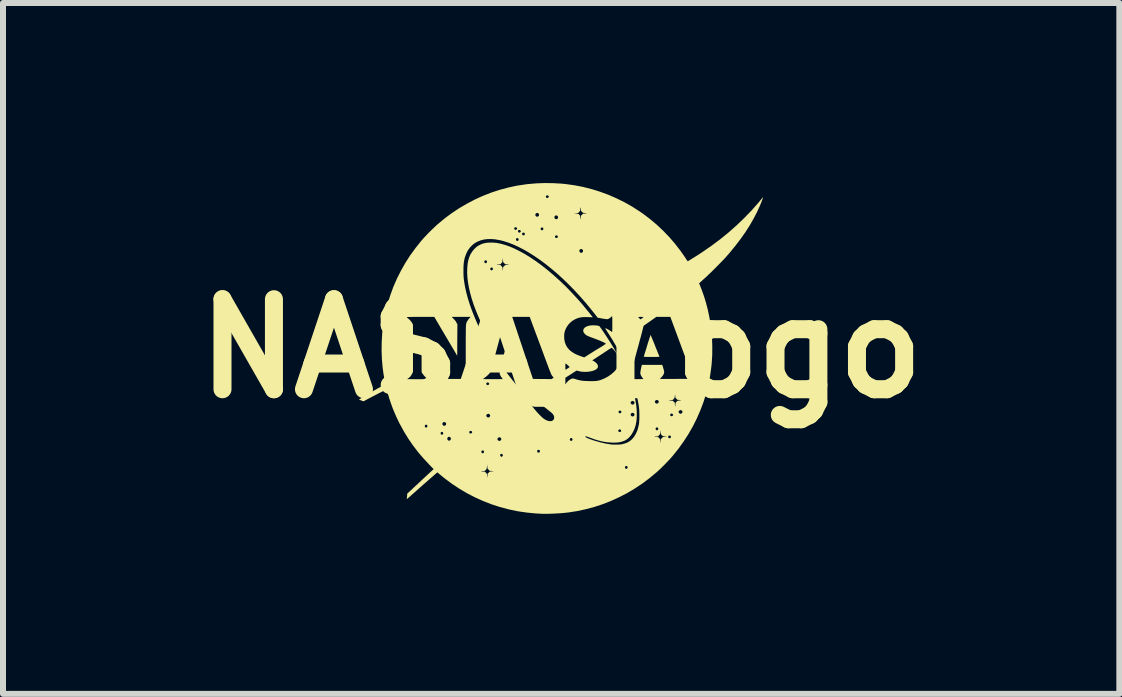
<source format=kicad_pcb>
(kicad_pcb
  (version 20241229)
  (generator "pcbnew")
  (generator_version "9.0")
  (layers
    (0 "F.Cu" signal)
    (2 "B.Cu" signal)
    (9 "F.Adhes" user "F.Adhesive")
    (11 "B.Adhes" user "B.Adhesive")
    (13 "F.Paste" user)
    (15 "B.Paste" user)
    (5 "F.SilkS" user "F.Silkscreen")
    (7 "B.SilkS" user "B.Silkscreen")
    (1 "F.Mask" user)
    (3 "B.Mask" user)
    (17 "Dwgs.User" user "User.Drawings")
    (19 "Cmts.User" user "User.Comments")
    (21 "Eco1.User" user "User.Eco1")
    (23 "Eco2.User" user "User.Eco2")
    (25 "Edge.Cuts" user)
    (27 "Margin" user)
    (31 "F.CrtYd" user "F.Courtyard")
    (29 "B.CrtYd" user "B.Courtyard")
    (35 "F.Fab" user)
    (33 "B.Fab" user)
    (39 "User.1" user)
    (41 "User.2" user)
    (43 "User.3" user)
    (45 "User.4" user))
  (footprint "NASA_Logo"
    (layer "F.Cu")
    (at 6.3 2.757)
    (property "Reference" "NASA_Logo" (at 0 0 0) (layer "F.SilkS") (effects (font (size 1.5 1.5) (thickness 0.3))))
    (attr board_only exclude_from_pos_files exclude_from_bom)
    (fp_poly (pts (xy -0.834 -0.18) (xy -0.827 -0.164) (xy -0.818 -0.141) (xy -0.807 -0.114) (xy -0.795 -0.083) (xy -0.781 -0.05) (xy -0.767 -0.016) (xy -0.761 0) (xy -0.748 0.031) (xy -0.736 0.059) (xy -0.726 0.085) (xy -0.717 0.106) (xy -0.711 0.122) (xy -0.707 0.132) (xy -0.705 0.135) (xy -0.706 0.136) (xy -0.711 0.138) (xy -0.721 0.138) (xy -0.735 0.139) (xy -0.756 0.14) (xy -0.783 0.14) (xy -0.817 0.14) (xy -0.836 0.14) (xy -0.872 0.14) (xy -0.901 0.14) (xy -0.924 0.14) (xy -0.941 0.139) (xy -0.952 0.139) (xy -0.96 0.138) (xy -0.964 0.137) (xy -0.966 0.135) (xy -0.966 0.133) (xy -0.966 0.133) (xy -0.964 0.127) (xy -0.96 0.115) (xy -0.955 0.096) (xy -0.948 0.074) (xy -0.94 0.048) (xy -0.933 0.027) (xy -0.923 -0.006) (xy -0.912 -0.043) (xy -0.9 -0.079) (xy -0.89 -0.114) (xy -0.88 -0.144) (xy -0.878 -0.151) (xy -0.854 -0.231)) (stroke (width 0) (type solid)) (fill yes) (layer "F.SilkS"))
    (fp_poly (pts (xy 1.493 -0.221) (xy 1.498 -0.209) (xy 1.505 -0.191) (xy 1.515 -0.168) (xy 1.526 -0.141) (xy 1.539 -0.11) (xy 1.553 -0.076) (xy 1.565 -0.045) (xy 1.579 -0.009) (xy 1.593 0.024) (xy 1.605 0.055) (xy 1.616 0.082) (xy 1.625 0.104) (xy 1.632 0.121) (xy 1.636 0.131) (xy 1.638 0.135) (xy 1.637 0.136) (xy 1.632 0.138) (xy 1.623 0.138) (xy 1.608 0.139) (xy 1.588 0.14) (xy 1.561 0.14) (xy 1.526 0.14) (xy 1.507 0.14) (xy 1.469 0.14) (xy 1.439 0.14) (xy 1.415 0.139) (xy 1.398 0.139) (xy 1.386 0.138) (xy 1.379 0.137) (xy 1.376 0.136) (xy 1.376 0.135) (xy 1.378 0.13) (xy 1.382 0.118) (xy 1.387 0.1) (xy 1.394 0.076) (xy 1.403 0.048) (xy 1.413 0.016) (xy 1.424 -0.019) (xy 1.433 -0.051) (xy 1.444 -0.087) (xy 1.455 -0.121) (xy 1.465 -0.152) (xy 1.473 -0.178) (xy 1.481 -0.199) (xy 1.486 -0.215) (xy 1.49 -0.224) (xy 1.491 -0.226)) (stroke (width 0) (type solid)) (fill yes) (layer "F.SilkS"))
    (fp_poly (pts (xy -0.129 -2.755) (xy 0.011 -2.747) (xy 0.078 -2.74) (xy 0.223 -2.72) (xy 0.367 -2.692) (xy 0.509 -2.656) (xy 0.649 -2.612) (xy 0.788 -2.561) (xy 0.923 -2.502) (xy 1.055 -2.437) (xy 1.184 -2.364) (xy 1.308 -2.284) (xy 1.365 -2.245) (xy 1.482 -2.156) (xy 1.595 -2.061) (xy 1.702 -1.96) (xy 1.804 -1.854) (xy 1.899 -1.743) (xy 1.988 -1.628) (xy 2.063 -1.521) (xy 2.076 -1.5) (xy 2.088 -1.482) (xy 2.098 -1.468) (xy 2.105 -1.458) (xy 2.109 -1.454) (xy 2.109 -1.454) (xy 2.113 -1.456) (xy 2.123 -1.462) (xy 2.138 -1.471) (xy 2.158 -1.483) (xy 2.18 -1.497) (xy 2.205 -1.512) (xy 2.231 -1.528) (xy 2.257 -1.545) (xy 2.283 -1.561) (xy 2.307 -1.577) (xy 2.328 -1.591) (xy 2.346 -1.603) (xy 2.351 -1.606) (xy 2.506 -1.713) (xy 2.653 -1.823) (xy 2.793 -1.937) (xy 2.925 -2.054) (xy 3.051 -2.175) (xy 3.171 -2.299) (xy 3.285 -2.428) (xy 3.323 -2.474) (xy 3.337 -2.491) (xy 3.349 -2.505) (xy 3.358 -2.515) (xy 3.363 -2.52) (xy 3.364 -2.521) (xy 3.363 -2.514) (xy 3.359 -2.501) (xy 3.352 -2.483) (xy 3.344 -2.461) (xy 3.335 -2.437) (xy 3.324 -2.411) (xy 3.314 -2.385) (xy 3.31 -2.376) (xy 3.261 -2.269) (xy 3.204 -2.16) (xy 3.14 -2.049) (xy 3.069 -1.938) (xy 2.99 -1.826) (xy 2.905 -1.715) (xy 2.814 -1.603) (xy 2.737 -1.515) (xy 2.713 -1.489) (xy 2.684 -1.459) (xy 2.651 -1.425) (xy 2.615 -1.388) (xy 2.577 -1.35) (xy 2.538 -1.311) (xy 2.5 -1.273) (xy 2.462 -1.237) (xy 2.427 -1.203) (xy 2.394 -1.173) (xy 2.379 -1.16) (xy 2.298 -1.086) (xy 2.305 -1.071) (xy 2.344 -0.972) (xy 2.381 -0.868) (xy 2.414 -0.759) (xy 2.443 -0.647) (xy 2.467 -0.535) (xy 2.487 -0.423) (xy 2.501 -0.317) (xy 2.513 -0.178) (xy 2.518 -0.037) (xy 2.517 0.105) (xy 2.508 0.246) (xy 2.501 0.313) (xy 2.481 0.459) (xy 2.453 0.604) (xy 2.417 0.746) (xy 2.373 0.887) (xy 2.321 1.025) (xy 2.262 1.161) (xy 2.196 1.293) (xy 2.122 1.423) (xy 2.041 1.548) (xy 1.954 1.67) (xy 1.859 1.788) (xy 1.831 1.82) (xy 1.81 1.844) (xy 1.784 1.871) (xy 1.755 1.901) (xy 1.724 1.933) (xy 1.691 1.966) (xy 1.66 1.997) (xy 1.63 2.025) (xy 1.603 2.05) (xy 1.585 2.066) (xy 1.469 2.162) (xy 1.349 2.252) (xy 1.225 2.334) (xy 1.097 2.41) (xy 0.965 2.478) (xy 0.831 2.539) (xy 0.694 2.593) (xy 0.554 2.639) (xy 0.412 2.677) (xy 0.269 2.708) (xy 0.124 2.731) (xy 0.076 2.736) (xy 0.029 2.741) (xy -0.023 2.745) (xy -0.077 2.748) (xy -0.133 2.751) (xy -0.187 2.753) (xy -0.239 2.754) (xy -0.288 2.754) (xy -0.33 2.753) (xy -0.342 2.752) (xy -0.357 2.752) (xy -0.379 2.75) (xy -0.403 2.749) (xy -0.428 2.747) (xy -0.434 2.747) (xy -0.584 2.732) (xy -0.732 2.71) (xy -0.877 2.679) (xy -1.021 2.641) (xy -1.162 2.595) (xy -1.3 2.541) (xy -1.435 2.48) (xy -1.567 2.412) (xy -1.696 2.336) (xy -1.821 2.253) (xy -1.942 2.163) (xy -2.013 2.105) (xy -2.063 2.063) (xy -2.142 2.132) (xy -2.178 2.163) (xy -2.218 2.198) (xy -2.262 2.237) (xy -2.308 2.277) (xy -2.355 2.319) (xy -2.403 2.361) (xy -2.449 2.402) (xy -2.492 2.44) (xy -2.496 2.443) (xy -2.516 2.462) (xy -2.535 2.478) (xy -2.55 2.491) (xy -2.562 2.501) (xy -2.569 2.507) (xy -2.571 2.508) (xy -2.573 2.505) (xy -2.572 2.501) (xy -2.571 2.493) (xy -2.57 2.48) (xy -2.568 2.464) (xy -2.567 2.456) (xy -2.565 2.418) (xy -2.513 2.37) (xy -2.499 2.358) (xy -2.481 2.34) (xy -2.458 2.319) (xy -2.432 2.294) (xy -2.402 2.267) (xy -2.371 2.238) (xy -2.338 2.207) (xy -2.305 2.176) (xy -2.293 2.165) (xy -2.168 2.049) (xy -1.33 2.049) (xy -1.323 2.05) (xy -1.308 2.051) (xy -1.3 2.051) (xy -1.282 2.051) (xy -1.27 2.052) (xy -1.265 2.054) (xy -1.264 2.056) (xy -1.261 2.062) (xy -1.254 2.07) (xy -1.25 2.074) (xy -1.241 2.084) (xy -1.236 2.093) (xy -1.235 2.105) (xy -1.235 2.121) (xy -1.233 2.137) (xy -1.232 2.139) (xy -1.231 2.146) (xy -1.23 2.146) (xy -1.229 2.14) (xy -1.228 2.126) (xy -1.228 2.118) (xy -1.227 2.1) (xy -1.226 2.089) (xy -1.224 2.082) (xy -1.221 2.079) (xy -1.217 2.076) (xy -1.207 2.069) (xy -1.202 2.062) (xy -1.197 2.056) (xy -1.187 2.051) (xy -1.171 2.048) (xy -1.148 2.047) (xy -1.139 2.046) (xy -1.122 2.046) (xy -1.139 2.042) (xy -1.153 2.04) (xy -1.17 2.039) (xy -1.176 2.039) (xy -1.189 2.038) (xy -1.196 2.036) (xy -1.199 2.031) (xy -1.2 2.03) (xy -1.204 2.023) (xy -1.213 2.015) (xy -1.214 2.015) (xy -1.22 2.011) (xy -1.224 2.006) (xy -1.226 1.999) (xy -1.228 1.987) (xy -1.229 1.979) (xy 1.062 1.979) (xy 1.064 1.991) (xy 1.072 1.999) (xy 1.08 2.004) (xy 1.085 2.005) (xy 1.091 2.003) (xy 1.099 1.999) (xy 1.106 1.99) (xy 1.108 1.978) (xy 1.104 1.967) (xy 1.096 1.959) (xy 1.085 1.956) (xy 1.073 1.959) (xy 1.066 1.968) (xy 1.062 1.979) (xy -1.229 1.979) (xy -1.23 1.971) (xy -1.234 1.933) (xy -1.237 1.971) (xy -1.239 1.989) (xy -1.241 2.001) (xy -1.244 2.008) (xy -1.248 2.014) (xy -1.252 2.018) (xy -1.26 2.025) (xy -1.264 2.031) (xy -1.264 2.032) (xy -1.268 2.037) (xy -1.279 2.04) (xy -1.295 2.042) (xy -1.307 2.043) (xy -1.319 2.044) (xy -1.329 2.046) (xy -1.33 2.047) (xy -1.33 2.049) (xy -2.168 2.049) (xy -2.125 2.009) (xy -2.194 1.938) (xy -2.293 1.832) (xy -2.34 1.778) (xy -1.017 1.778) (xy -1.015 1.789) (xy -1.008 1.797) (xy -1 1.802) (xy -0.995 1.804) (xy -0.988 1.802) (xy -0.981 1.797) (xy -0.973 1.788) (xy -0.972 1.776) (xy -0.976 1.765) (xy -0.984 1.757) (xy -0.995 1.754) (xy -1.006 1.758) (xy -1.014 1.766) (xy -1.017 1.778) (xy -2.34 1.778) (xy -2.386 1.724) (xy -2.388 1.72) (xy -1.33 1.72) (xy -1.328 1.731) (xy -1.321 1.74) (xy -1.313 1.744) (xy -1.307 1.746) (xy -1.301 1.744) (xy -1.294 1.74) (xy -1.286 1.73) (xy -1.285 1.719) (xy -1.287 1.711) (xy -0.399 1.711) (xy -0.398 1.722) (xy -0.395 1.729) (xy -0.387 1.732) (xy -0.377 1.734) (xy -0.366 1.732) (xy -0.359 1.729) (xy -0.356 1.721) (xy -0.354 1.711) (xy -0.356 1.7) (xy -0.359 1.693) (xy -0.367 1.69) (xy -0.377 1.688) (xy -0.387 1.69) (xy -0.395 1.693) (xy -0.398 1.701) (xy -0.399 1.711) (xy -1.287 1.711) (xy -1.289 1.708) (xy -1.297 1.699) (xy -1.307 1.697) (xy -1.319 1.7) (xy -1.327 1.709) (xy -1.33 1.72) (xy -2.388 1.72) (xy -2.471 1.612) (xy -2.546 1.503) (xy -1.898 1.503) (xy -1.895 1.516) (xy -1.886 1.528) (xy -1.874 1.535) (xy -1.868 1.536) (xy -1.857 1.533) (xy -1.847 1.526) (xy -1.847 1.526) (xy -1.838 1.513) (xy -1.838 1.509) (xy -1.062 1.509) (xy -1.059 1.522) (xy -1.049 1.532) (xy -1.037 1.539) (xy -1.03 1.54) (xy -1.015 1.536) (xy -1.007 1.53) (xy -1 1.52) (xy -0.998 1.514) (xy 0.144 1.514) (xy 0.146 1.525) (xy 0.153 1.534) (xy 0.162 1.539) (xy 0.167 1.54) (xy 0.173 1.538) (xy 0.18 1.534) (xy 0.188 1.524) (xy 0.189 1.513) (xy 0.186 1.502) (xy 0.177 1.493) (xy 0.167 1.491) (xy 0.155 1.494) (xy 0.147 1.503) (xy 0.144 1.514) (xy -0.998 1.514) (xy -0.997 1.51) (xy -0.997 1.509) (xy -1 1.497) (xy -1.01 1.486) (xy -1.022 1.479) (xy -1.03 1.478) (xy -1.043 1.482) (xy -1.054 1.491) (xy -1.061 1.502) (xy -1.062 1.509) (xy -1.838 1.509) (xy -1.837 1.503) (xy -1.84 1.49) (xy -1.849 1.478) (xy -1.861 1.471) (xy -1.868 1.47) (xy -1.88 1.474) (xy -1.891 1.483) (xy -1.897 1.496) (xy -1.898 1.503) (xy -2.546 1.503) (xy -2.549 1.498) (xy -2.602 1.412) (xy -2.009 1.412) (xy -2.007 1.424) (xy -2.003 1.43) (xy -1.992 1.436) (xy -1.98 1.435) (xy -1.972 1.43) (xy -1.966 1.42) (xy -1.965 1.408) (xy -1.97 1.397) (xy -1.973 1.394) (xy -1.532 1.394) (xy -1.529 1.406) (xy -1.52 1.414) (xy -1.509 1.417) (xy -1.498 1.414) (xy -1.488 1.406) (xy -1.488 1.406) (xy -1.483 1.397) (xy -1.484 1.39) (xy -1.487 1.384) (xy -1.496 1.375) (xy -1.507 1.372) (xy -1.518 1.374) (xy -1.527 1.38) (xy -1.532 1.391) (xy -1.532 1.394) (xy -1.973 1.394) (xy -1.978 1.39) (xy -1.986 1.388) (xy -1.998 1.391) (xy -2.006 1.4) (xy -2.009 1.412) (xy -2.602 1.412) (xy -2.622 1.379) (xy -2.627 1.369) (xy 0.951 1.369) (xy 0.955 1.381) (xy 0.963 1.389) (xy 0.974 1.392) (xy 0.986 1.39) (xy 0.995 1.381) (xy 0.995 1.381) (xy 1 1.373) (xy 0.999 1.366) (xy 0.996 1.36) (xy 0.987 1.35) (xy 0.976 1.347) (xy 0.965 1.349) (xy 0.956 1.356) (xy 0.951 1.367) (xy 0.951 1.369) (xy -2.627 1.369) (xy -2.669 1.292) (xy -2.273 1.292) (xy -2.27 1.304) (xy -2.266 1.31) (xy -2.256 1.317) (xy -2.243 1.316) (xy -2.235 1.311) (xy -2.229 1.301) (xy -2.229 1.289) (xy -2.233 1.278) (xy -2.242 1.27) (xy -2.25 1.268) (xy -2.262 1.272) (xy -2.27 1.281) (xy -2.273 1.292) (xy -2.669 1.292) (xy -2.69 1.255) (xy -2.692 1.251) (xy -1.979 1.251) (xy -1.978 1.265) (xy -1.977 1.268) (xy -1.968 1.281) (xy -1.955 1.287) (xy -1.939 1.286) (xy -1.934 1.284) (xy -1.923 1.275) (xy -1.917 1.263) (xy -1.917 1.249) (xy -1.923 1.237) (xy -1.934 1.228) (xy -1.936 1.227) (xy -1.951 1.225) (xy -1.964 1.229) (xy -1.974 1.238) (xy -1.979 1.251) (xy -2.692 1.251) (xy -2.702 1.231) (xy -2.74 1.152) (xy -2.755 1.118) (xy -1.248 1.118) (xy -1.244 1.131) (xy -1.235 1.141) (xy -1.222 1.148) (xy -1.215 1.149) (xy -1.2 1.145) (xy -1.192 1.139) (xy -1.185 1.129) (xy -1.182 1.118) (xy -1.182 1.118) (xy -1.186 1.106) (xy -1.195 1.095) (xy -1.208 1.088) (xy -1.215 1.087) (xy -1.228 1.091) (xy -1.24 1.099) (xy -1.247 1.111) (xy -1.248 1.118) (xy -2.755 1.118) (xy -2.774 1.075) (xy -2.806 0.998) (xy -2.835 0.918) (xy -2.843 0.895) (xy -0.531 0.895) (xy -0.515 0.918) (xy -0.481 0.964) (xy -0.446 1.009) (xy -0.411 1.05) (xy -0.377 1.088) (xy -0.344 1.121) (xy -0.314 1.15) (xy -0.286 1.172) (xy -0.274 1.18) (xy -0.246 1.195) (xy -0.218 1.205) (xy -0.191 1.21) (xy -0.168 1.21) (xy -0.148 1.204) (xy -0.144 1.201) (xy -0.127 1.186) (xy -0.118 1.167) (xy -0.116 1.145) (xy -0.122 1.121) (xy -0.125 1.114) (xy -0.129 1.105) (xy -0.132 1.102) (xy 1.157 1.102) (xy 1.161 1.114) (xy 1.17 1.125) (xy 1.183 1.131) (xy 1.19 1.132) (xy 1.205 1.129) (xy 1.213 1.122) (xy 1.22 1.112) (xy 1.223 1.102) (xy 1.223 1.102) (xy 1.219 1.089) (xy 1.21 1.078) (xy 1.197 1.072) (xy 1.19 1.071) (xy 1.177 1.074) (xy 1.165 1.083) (xy 1.158 1.095) (xy 1.157 1.102) (xy -0.132 1.102) (xy -0.135 1.097) (xy -0.142 1.089) (xy -0.151 1.079) (xy -0.164 1.068) (xy -0.177 1.056) (xy 0.955 1.056) (xy 0.959 1.068) (xy 0.967 1.076) (xy 0.978 1.079) (xy 0.99 1.077) (xy 0.999 1.068) (xy 0.999 1.068) (xy 1.004 1.06) (xy 1.003 1.053) (xy 1 1.047) (xy 0.992 1.037) (xy 0.98 1.034) (xy 0.969 1.036) (xy 0.96 1.043) (xy 0.956 1.054) (xy 0.955 1.056) (xy -0.177 1.056) (xy -0.18 1.054) (xy -0.202 1.037) (xy -0.228 1.016) (xy -0.244 1.003) (xy -0.29 0.968) (xy -0.329 0.936) (xy -0.363 0.909) (xy -0.368 0.904) (xy 1.157 0.904) (xy 1.161 0.916) (xy 1.17 0.927) (xy 1.183 0.934) (xy 1.19 0.935) (xy 1.205 0.931) (xy 1.213 0.925) (xy 1.22 0.915) (xy 1.223 0.904) (xy 1.223 0.904) (xy 1.219 0.891) (xy 1.21 0.881) (xy 1.197 0.874) (xy 1.19 0.873) (xy 1.177 0.876) (xy 1.165 0.885) (xy 1.158 0.897) (xy 1.157 0.904) (xy -0.368 0.904) (xy -0.392 0.884) (xy -0.416 0.863) (xy -0.419 0.86) (xy -0.445 0.836) (xy -0.488 0.865) (xy -0.531 0.895) (xy -2.843 0.895) (xy -2.863 0.835) (xy -2.89 0.746) (xy -2.901 0.707) (xy -2.905 0.695) (xy -2.909 0.686) (xy -2.911 0.684) (xy -2.916 0.685) (xy -2.927 0.691) (xy -2.944 0.699) (xy -2.965 0.709) (xy -2.99 0.722) (xy -3.017 0.735) (xy -3.047 0.75) (xy -3.077 0.766) (xy -3.108 0.782) (xy -3.138 0.797) (xy -3.166 0.812) (xy -3.191 0.825) (xy -3.213 0.836) (xy -3.23 0.846) (xy -3.233 0.847) (xy -3.292 0.88) (xy -3.317 0.871) (xy -3.333 0.865) (xy -3.347 0.859) (xy -3.355 0.856) (xy -3.369 0.85) (xy -3.296 0.805) (xy -3.222 0.76) (xy -3.143 0.714) (xy -3.061 0.668) (xy -3.002 0.636) (xy -2.98 0.624) (xy -2.96 0.613) (xy -2.944 0.605) (xy -2.933 0.599) (xy -2.928 0.596) (xy -2.928 0.596) (xy -2.929 0.591) (xy -2.93 0.587) (xy -1.248 0.587) (xy -1.244 0.599) (xy -1.236 0.607) (xy -1.225 0.61) (xy -1.213 0.607) (xy -1.204 0.599) (xy -1.204 0.599) (xy -1.199 0.59) (xy -1.2 0.583) (xy -1.203 0.577) (xy -1.212 0.568) (xy -1.223 0.565) (xy -1.234 0.567) (xy -1.243 0.573) (xy -1.248 0.584) (xy -1.248 0.587) (xy -2.93 0.587) (xy -2.931 0.581) (xy -2.934 0.566) (xy -2.936 0.557) (xy -2.941 0.531) (xy -2.947 0.499) (xy -2.953 0.463) (xy -2.96 0.425) (xy -2.965 0.387) (xy -2.97 0.351) (xy -2.974 0.32) (xy -2.975 0.313) (xy -2.987 0.174) (xy -2.992 0.033) (xy -2.99 -0.109) (xy -2.982 -0.25) (xy -2.975 -0.317) (xy -2.955 -0.463) (xy -2.943 -0.524) (xy -2.574 -0.524) (xy -2.571 -0.52) (xy -2.563 -0.513) (xy -2.552 -0.503) (xy -2.549 -0.501) (xy -2.516 -0.47) (xy -2.491 -0.438) (xy -2.481 -0.42) (xy -2.469 -0.397) (xy -2.469 -0.004) (xy -2.469 0.389) (xy -2.48 0.414) (xy -2.497 0.444) (xy -2.517 0.471) (xy -2.539 0.491) (xy -2.545 0.494) (xy -2.556 0.502) (xy -2.563 0.507) (xy -2.566 0.509) (xy -2.562 0.51) (xy -2.55 0.51) (xy -2.532 0.51) (xy -2.509 0.51) (xy -2.48 0.51) (xy -2.448 0.511) (xy -2.413 0.511) (xy -2.396 0.511) (xy -2.226 0.511) (xy -2.228 0.509) (xy -1.303 0.509) (xy -1.22 0.51) (xy -1.187 0.51) (xy -1.149 0.51) (xy -1.11 0.51) (xy -1.074 0.51) (xy -1.055 0.51) (xy -0.973 0.509) (xy -0.993 0.482) (xy -1.004 0.466) (xy -1.013 0.449) (xy -1.02 0.434) (xy -1.02 0.433) (xy -1.023 0.423) (xy -1.025 0.414) (xy -1.025 0.404) (xy -1.023 0.391) (xy -1.02 0.372) (xy -1.02 0.372) (xy -1.016 0.35) (xy -1.011 0.328) (xy -1.007 0.309) (xy -1.006 0.303) (xy -1 0.275) (xy -0.985 0.297) (xy -0.956 0.338) (xy -0.922 0.384) (xy -0.884 0.434) (xy -0.843 0.487) (xy -0.8 0.541) (xy -0.755 0.596) (xy -0.711 0.65) (xy -0.707 0.655) (xy -0.687 0.678) (xy -0.668 0.702) (xy -0.65 0.725) (xy -0.634 0.746) (xy -0.623 0.762) (xy -0.621 0.765) (xy -0.61 0.78) (xy -0.602 0.792) (xy -0.596 0.8) (xy -0.594 0.803) (xy -0.59 0.801) (xy -0.581 0.795) (xy -0.569 0.787) (xy -0.562 0.782) (xy -0.548 0.773) (xy -0.537 0.765) (xy -0.53 0.759) (xy -0.529 0.758) (xy -0.531 0.753) (xy -0.536 0.744) (xy -0.546 0.732) (xy -0.551 0.726) (xy -0.557 0.719) (xy -0.563 0.712) (xy -0.57 0.704) (xy -0.577 0.696) (xy -0.585 0.686) (xy -0.595 0.674) (xy -0.607 0.659) (xy -0.621 0.641) (xy -0.639 0.619) (xy -0.655 0.599) (xy 0.07 0.599) (xy 0.082 0.58) (xy 0.091 0.568) (xy 0.104 0.554) (xy 0.117 0.54) (xy 0.135 0.525) (xy 0.155 0.512) (xy 0.174 0.503) (xy 0.191 0.499) (xy 0.194 0.498) (xy 0.203 0.5) (xy 0.217 0.503) (xy 0.234 0.508) (xy 0.248 0.513) (xy 0.274 0.521) (xy 0.298 0.527) (xy 0.322 0.532) (xy 0.348 0.536) (xy 0.376 0.539) (xy 0.409 0.541) (xy 0.448 0.542) (xy 0.463 0.543) (xy 0.503 0.543) (xy 0.535 0.543) (xy 0.562 0.542) (xy 0.585 0.54) (xy 0.606 0.537) (xy 0.626 0.533) (xy 0.645 0.528) (xy 0.66 0.523) (xy 0.724 0.497) (xy 0.783 0.465) (xy 0.837 0.427) (xy 0.882 0.388) (xy 0.909 0.357) (xy 0.931 0.329) (xy 0.946 0.302) (xy 0.956 0.273) (xy 0.957 0.27) (xy 0.963 0.232) (xy 0.961 0.193) (xy 0.953 0.152) (xy 0.938 0.111) (xy 0.916 0.072) (xy 0.913 0.068) (xy 0.903 0.053) (xy 0.891 0.038) (xy 0.877 0.023) (xy 0.864 0.008) (xy 0.853 -0.003) (xy 0.844 -0.01) (xy 0.84 -0.012) (xy 0.835 -0.01) (xy 0.825 -0.004) (xy 0.811 0.005) (xy 0.793 0.016) (xy 0.785 0.021) (xy 0.769 0.033) (xy 0.747 0.047) (xy 0.72 0.065) (xy 0.692 0.084) (xy 0.662 0.103) (xy 0.632 0.123) (xy 0.627 0.126) (xy 0.519 0.197) (xy 0.542 0.21) (xy 0.571 0.229) (xy 0.592 0.249) (xy 0.606 0.269) (xy 0.613 0.289) (xy 0.612 0.309) (xy 0.604 0.327) (xy 0.587 0.344) (xy 0.563 0.358) (xy 0.56 0.36) (xy 0.524 0.373) (xy 0.483 0.382) (xy 0.438 0.388) (xy 0.392 0.389) (xy 0.348 0.387) (xy 0.306 0.38) (xy 0.286 0.374) (xy 0.272 0.371) (xy 0.26 0.369) (xy 0.254 0.369) (xy 0.249 0.372) (xy 0.239 0.379) (xy 0.223 0.389) (xy 0.204 0.401) (xy 0.181 0.416) (xy 0.16 0.43) (xy 0.07 0.487) (xy 0.07 0.543) (xy 0.07 0.599) (xy -0.655 0.599) (xy -0.66 0.593) (xy -0.685 0.562) (xy -0.715 0.525) (xy -0.729 0.507) (xy -0.758 0.471) (xy -0.786 0.436) (xy -0.812 0.403) (xy -0.836 0.372) (xy -0.857 0.344) (xy -0.876 0.32) (xy -0.891 0.301) (xy -0.901 0.286) (xy -0.907 0.277) (xy -0.907 0.277) (xy -0.907 0.275) (xy -0.902 0.274) (xy -0.893 0.273) (xy -0.879 0.273) (xy -0.859 0.272) (xy -0.832 0.272) (xy -0.798 0.272) (xy -0.785 0.272) (xy -0.659 0.272) (xy -0.647 0.31) (xy -0.638 0.339) (xy -0.632 0.361) (xy -0.628 0.379) (xy -0.627 0.393) (xy -0.628 0.404) (xy -0.63 0.412) (xy -0.641 0.438) (xy -0.658 0.463) (xy -0.678 0.485) (xy -0.699 0.506) (xy -0.429 0.507) (xy -0.159 0.509) (xy -0.141 0.497) (xy -0.124 0.486) (xy -0.138 0.47) (xy -0.148 0.458) (xy -0.159 0.442) (xy -0.164 0.432) (xy -0.168 0.424) (xy -0.174 0.41) (xy -0.182 0.389) (xy -0.193 0.362) (xy -0.205 0.331) (xy -0.216 0.3) (xy 0.07 0.3) (xy 0.07 0.32) (xy 0.071 0.337) (xy 0.071 0.349) (xy 0.072 0.354) (xy 0.072 0.354) (xy 0.076 0.352) (xy 0.086 0.346) (xy 0.099 0.338) (xy 0.106 0.333) (xy 0.121 0.323) (xy 0.132 0.315) (xy 0.14 0.31) (xy 0.141 0.309) (xy 0.139 0.306) (xy 0.133 0.298) (xy 0.122 0.289) (xy 0.11 0.278) (xy 0.097 0.267) (xy 0.086 0.257) (xy 0.076 0.25) (xy 0.075 0.25) (xy 0.073 0.25) (xy 0.072 0.255) (xy 0.071 0.264) (xy 0.07 0.28) (xy 0.07 0.3) (xy -0.216 0.3) (xy -0.218 0.295) (xy -0.233 0.257) (xy -0.248 0.215) (xy -0.264 0.172) (xy -0.265 0.171) (xy -0.306 0.059) (xy -0.345 -0.046) (xy -0.383 -0.148) (xy -0.42 -0.247) (xy -0.457 -0.346) (xy -0.491 -0.438) (xy -0.524 -0.527) (xy -0.791 -0.527) (xy -0.837 -0.527) (xy -0.881 -0.527) (xy -0.921 -0.527) (xy -0.958 -0.527) (xy -0.99 -0.526) (xy -1.016 -0.526) (xy -1.037 -0.526) (xy -1.051 -0.525) (xy -1.058 -0.525) (xy -1.058 -0.524) (xy -1.056 -0.521) (xy -1.048 -0.512) (xy -1.038 -0.501) (xy -1.028 -0.49) (xy -1.003 -0.46) (xy -0.985 -0.432) (xy -0.975 -0.404) (xy -0.973 -0.392) (xy -0.973 -0.387) (xy -0.973 -0.381) (xy -0.973 -0.375) (xy -0.974 -0.366) (xy -0.976 -0.355) (xy -0.979 -0.342) (xy -0.983 -0.325) (xy -0.989 -0.304) (xy -0.995 -0.278) (xy -1.003 -0.248) (xy -1.013 -0.212) (xy -1.024 -0.169) (xy -1.038 -0.12) (xy -1.053 -0.064) (xy -1.072 0.007) (xy -1.089 0.07) (xy -1.104 0.126) (xy -1.118 0.175) (xy -1.13 0.218) (xy -1.14 0.256) (xy -1.149 0.288) (xy -1.157 0.315) (xy -1.164 0.338) (xy -1.169 0.357) (xy -1.174 0.372) (xy -1.178 0.384) (xy -1.182 0.393) (xy -1.185 0.401) (xy -1.188 0.406) (xy -1.19 0.409) (xy -1.203 0.425) (xy -1.223 0.444) (xy -1.249 0.467) (xy -1.277 0.488) (xy -1.303 0.509) (xy -2.228 0.509) (xy -2.261 0.477) (xy -2.277 0.46) (xy -2.292 0.443) (xy -2.304 0.427) (xy -2.31 0.418) (xy -2.325 0.394) (xy -2.326 0.124) (xy -2.327 -0.146) (xy -2.222 0.029) (xy -2.2 0.067) (xy -2.177 0.105) (xy -2.154 0.144) (xy -2.132 0.18) (xy -2.112 0.214) (xy -2.094 0.244) (xy -2.08 0.269) (xy -2.071 0.283) (xy -2.054 0.312) (xy -2.034 0.345) (xy -2.014 0.378) (xy -1.996 0.41) (xy -1.981 0.435) (xy -1.938 0.507) (xy -1.715 0.507) (xy -1.493 0.507) (xy -1.529 0.47) (xy -1.549 0.448) (xy -1.565 0.428) (xy -1.575 0.411) (xy -1.577 0.407) (xy -1.59 0.381) (xy -1.59 -0.004) (xy -1.59 -0.071) (xy -1.59 -0.13) (xy -1.59 -0.182) (xy -1.589 -0.227) (xy -1.589 -0.266) (xy -1.589 -0.299) (xy -1.588 -0.327) (xy -1.588 -0.351) (xy -1.587 -0.371) (xy -1.586 -0.388) (xy -1.584 -0.401) (xy -1.582 -0.412) (xy -1.58 -0.421) (xy -1.578 -0.429) (xy -1.575 -0.437) (xy -1.572 -0.443) (xy -1.568 -0.451) (xy -1.564 -0.459) (xy -1.563 -0.459) (xy -1.553 -0.475) (xy -1.54 -0.493) (xy -1.529 -0.505) (xy -1.508 -0.527) (xy -1.666 -0.527) (xy -1.824 -0.527) (xy -1.792 -0.495) (xy -1.772 -0.473) (xy -1.756 -0.453) (xy -1.745 -0.432) (xy -1.744 -0.432) (xy -1.729 -0.402) (xy -1.731 -0.14) (xy -1.732 0.121) (xy -1.742 0.104) (xy -1.746 0.098) (xy -1.753 0.085) (xy -1.764 0.066) (xy -1.778 0.042) (xy -1.795 0.013) (xy -1.815 -0.02) (xy -1.837 -0.057) (xy -1.861 -0.098) (xy -1.886 -0.141) (xy -1.913 -0.186) (xy -1.933 -0.22) (xy -2.114 -0.527) (xy -2.344 -0.527) (xy -2.387 -0.527) (xy -2.427 -0.527) (xy -2.464 -0.527) (xy -2.496 -0.526) (xy -2.524 -0.526) (xy -2.547 -0.525) (xy -2.563 -0.525) (xy -2.572 -0.524) (xy -2.574 -0.524) (xy -2.943 -0.524) (xy -2.926 -0.608) (xy -2.89 -0.751) (xy -2.846 -0.891) (xy -2.795 -1.03) (xy -2.736 -1.165) (xy -2.669 -1.298) (xy -2.667 -1.301) (xy -1.628 -1.301) (xy -1.628 -1.259) (xy -1.627 -1.221) (xy -1.625 -1.187) (xy -1.622 -1.154) (xy -1.617 -1.119) (xy -1.611 -1.081) (xy -1.604 -1.039) (xy -1.584 -0.946) (xy -1.558 -0.848) (xy -1.527 -0.746) (xy -1.49 -0.642) (xy -1.448 -0.535) (xy -1.402 -0.426) (xy -1.35 -0.317) (xy -1.295 -0.208) (xy -1.276 -0.173) (xy -1.263 -0.148) (xy -1.252 -0.129) (xy -1.244 -0.115) (xy -1.238 -0.107) (xy -1.233 -0.102) (xy -1.227 -0.101) (xy -1.22 -0.102) (xy -1.212 -0.104) (xy -1.204 -0.107) (xy -1.19 -0.112) (xy -1.179 -0.116) (xy -1.173 -0.118) (xy -1.173 -0.118) (xy -1.173 -0.122) (xy -1.177 -0.131) (xy -1.183 -0.141) (xy -1.225 -0.216) (xy -1.268 -0.296) (xy -1.31 -0.38) (xy -1.35 -0.465) (xy -1.387 -0.55) (xy -1.421 -0.633) (xy -1.451 -0.712) (xy -1.46 -0.737) (xy -1.491 -0.833) (xy -1.516 -0.924) (xy -1.536 -1.01) (xy -1.551 -1.092) (xy -1.561 -1.171) (xy -1.566 -1.247) (xy -1.566 -1.283) (xy -1.565 -1.327) (xy -1.182 -1.327) (xy -1.18 -1.316) (xy -1.173 -1.308) (xy -1.164 -1.303) (xy -1.159 -1.301) (xy -1.153 -1.303) (xy -1.146 -1.308) (xy -1.138 -1.317) (xy -1.137 -1.329) (xy -1.14 -1.34) (xy -1.149 -1.348) (xy -1.159 -1.351) (xy -1.171 -1.347) (xy -1.179 -1.339) (xy -1.182 -1.327) (xy -1.565 -1.327) (xy -1.564 -1.352) (xy -1.56 -1.394) (xy -1.071 -1.394) (xy -1.063 -1.393) (xy -1.048 -1.392) (xy -1.041 -1.392) (xy -1.022 -1.392) (xy -1.011 -1.39) (xy -1.006 -1.388) (xy -1.005 -1.386) (xy -1.002 -1.381) (xy -0.995 -1.372) (xy -0.99 -1.368) (xy -0.981 -1.359) (xy -0.977 -1.35) (xy -0.976 -1.338) (xy -0.975 -1.322) (xy -0.973 -1.305) (xy -0.973 -1.303) (xy -0.971 -1.297) (xy -0.97 -1.297) (xy -0.97 -1.303) (xy -0.969 -1.317) (xy -0.969 -1.324) (xy -0.968 -1.342) (xy -0.967 -1.354) (xy -0.965 -1.36) (xy -0.962 -1.364) (xy -0.957 -1.367) (xy -0.948 -1.374) (xy -0.943 -1.381) (xy -0.937 -1.387) (xy -0.927 -1.391) (xy -0.912 -1.394) (xy -0.889 -1.396) (xy -0.879 -1.396) (xy -0.863 -1.397) (xy -0.879 -1.4) (xy -0.894 -1.402) (xy -0.911 -1.404) (xy -0.917 -1.404) (xy -0.93 -1.405) (xy -0.937 -1.407) (xy -0.94 -1.412) (xy -0.94 -1.412) (xy -0.945 -1.42) (xy -0.954 -1.427) (xy -0.955 -1.428) (xy -0.961 -1.432) (xy -0.964 -1.436) (xy -0.967 -1.443) (xy -0.969 -1.455) (xy -0.971 -1.472) (xy -0.974 -1.509) (xy -0.978 -1.472) (xy -0.98 -1.454) (xy -0.981 -1.442) (xy -0.984 -1.434) (xy -0.988 -1.429) (xy -0.993 -1.425) (xy -1.001 -1.418) (xy -1.005 -1.411) (xy -1.005 -1.411) (xy -1.009 -1.406) (xy -1.019 -1.402) (xy -1.036 -1.4) (xy -1.048 -1.4) (xy -1.06 -1.399) (xy -1.069 -1.397) (xy -1.071 -1.396) (xy -1.071 -1.394) (xy -1.56 -1.394) (xy -1.558 -1.415) (xy -1.552 -1.447) (xy -1.281 -1.447) (xy -1.279 -1.435) (xy -1.272 -1.427) (xy -1.263 -1.422) (xy -1.258 -1.421) (xy -1.252 -1.423) (xy -1.245 -1.427) (xy -1.237 -1.437) (xy -1.235 -1.448) (xy -1.239 -1.459) (xy -1.247 -1.467) (xy -1.258 -1.47) (xy -1.27 -1.467) (xy -1.278 -1.458) (xy -1.281 -1.447) (xy -1.552 -1.447) (xy -1.547 -1.472) (xy -1.531 -1.524) (xy -1.51 -1.571) (xy -1.484 -1.613) (xy -1.453 -1.652) (xy -1.439 -1.666) (xy -1.422 -1.683) (xy -1.407 -1.696) (xy -1.393 -1.706) (xy -1.376 -1.716) (xy -1.359 -1.725) (xy -1.324 -1.741) (xy -1.292 -1.752) (xy -1.258 -1.759) (xy -1.222 -1.764) (xy -1.196 -1.765) (xy -1.135 -1.765) (xy -1.072 -1.759) (xy -1.006 -1.746) (xy -0.938 -1.727) (xy -0.865 -1.702) (xy -0.789 -1.67) (xy -0.713 -1.633) (xy -0.618 -1.582) (xy -0.521 -1.523) (xy -0.423 -1.457) (xy -0.323 -1.384) (xy -0.223 -1.305) (xy -0.122 -1.219) (xy -0.021 -1.128) (xy 0.08 -1.031) (xy 0.179 -0.928) (xy 0.278 -0.821) (xy 0.323 -0.77) (xy 0.334 -0.757) (xy 0.349 -0.74) (xy 0.366 -0.72) (xy 0.384 -0.697) (xy 0.404 -0.673) (xy 0.424 -0.648) (xy 0.444 -0.624) (xy 0.464 -0.6) (xy 0.482 -0.578) (xy 0.497 -0.558) (xy 0.51 -0.542) (xy 0.52 -0.53) (xy 0.525 -0.523) (xy 0.526 -0.521) (xy 0.522 -0.521) (xy 0.511 -0.521) (xy 0.494 -0.522) (xy 0.474 -0.523) (xy 0.459 -0.523) (xy 0.414 -0.524) (xy 0.375 -0.524) (xy 0.342 -0.521) (xy 0.312 -0.516) (xy 0.284 -0.509) (xy 0.257 -0.499) (xy 0.233 -0.488) (xy 0.188 -0.462) (xy 0.148 -0.429) (xy 0.114 -0.391) (xy 0.086 -0.347) (xy 0.08 -0.336) (xy 0.064 -0.298) (xy 0.054 -0.261) (xy 0.05 -0.221) (xy 0.05 -0.204) (xy 0.052 -0.152) (xy 0.062 -0.104) (xy 0.077 -0.062) (xy 0.099 -0.023) (xy 0.128 0.013) (xy 0.132 0.017) (xy 0.159 0.042) (xy 0.19 0.064) (xy 0.226 0.086) (xy 0.269 0.106) (xy 0.318 0.125) (xy 0.335 0.131) (xy 0.384 0.148) (xy 0.477 0.089) (xy 0.505 0.072) (xy 0.534 0.054) (xy 0.561 0.036) (xy 0.586 0.021) (xy 0.607 0.008) (xy 0.618 0.002) (xy 0.64 -0.012) (xy 0.666 -0.027) (xy 0.69 -0.042) (xy 0.706 -0.053) (xy 0.723 -0.064) (xy 0.735 -0.072) (xy 0.741 -0.077) (xy 0.743 -0.081) (xy 0.741 -0.083) (xy 0.739 -0.085) (xy 0.727 -0.093) (xy 0.708 -0.103) (xy 0.685 -0.114) (xy 0.657 -0.126) (xy 0.627 -0.139) (xy 0.595 -0.151) (xy 0.563 -0.163) (xy 0.548 -0.169) (xy 0.509 -0.183) (xy 0.477 -0.195) (xy 0.451 -0.206) (xy 0.43 -0.216) (xy 0.414 -0.226) (xy 0.401 -0.236) (xy 0.392 -0.245) (xy 0.376 -0.267) (xy 0.368 -0.288) (xy 0.368 -0.308) (xy 0.375 -0.327) (xy 0.389 -0.345) (xy 0.41 -0.36) (xy 0.436 -0.372) (xy 0.469 -0.381) (xy 0.479 -0.383) (xy 0.501 -0.385) (xy 0.526 -0.387) (xy 0.551 -0.386) (xy 0.577 -0.385) (xy 0.599 -0.383) (xy 0.618 -0.379) (xy 0.632 -0.375) (xy 0.637 -0.372) (xy 0.644 -0.363) (xy 0.655 -0.348) (xy 0.67 -0.328) (xy 0.687 -0.303) (xy 0.706 -0.275) (xy 0.727 -0.244) (xy 0.749 -0.21) (xy 0.771 -0.176) (xy 0.794 -0.14) (xy 0.816 -0.106) (xy 0.836 -0.072) (xy 0.837 -0.071) (xy 0.88 -0.001) (xy 0.918 0.065) (xy 0.953 0.129) (xy 0.987 0.193) (xy 1.007 0.231) (xy 1.018 0.254) (xy 1.031 0.28) (xy 1.044 0.308) (xy 1.057 0.336) (xy 1.07 0.363) (xy 1.081 0.388) (xy 1.091 0.411) (xy 1.099 0.43) (xy 1.105 0.444) (xy 1.108 0.452) (xy 1.108 0.453) (xy 1.105 0.457) (xy 1.096 0.464) (xy 1.084 0.475) (xy 1.074 0.483) (xy 1.04 0.509) (xy 1.087 0.511) (xy 1.133 0.513) (xy 1.149 0.556) (xy 1.176 0.633) (xy 1.2 0.712) (xy 1.221 0.791) (xy 1.238 0.868) (xy 1.25 0.941) (xy 1.254 0.972) (xy 1.257 1.005) (xy 1.259 1.042) (xy 1.26 1.081) (xy 1.26 1.121) (xy 1.259 1.158) (xy 1.256 1.191) (xy 1.254 1.214) (xy 1.241 1.278) (xy 1.222 1.337) (xy 1.197 1.391) (xy 1.167 1.44) (xy 1.131 1.483) (xy 1.126 1.488) (xy 1.093 1.515) (xy 1.055 1.536) (xy 1.011 1.552) (xy 0.96 1.563) (xy 0.903 1.568) (xy 0.842 1.567) (xy 0.77 1.562) (xy 0.699 1.551) (xy 0.626 1.534) (xy 0.55 1.511) (xy 0.471 1.482) (xy 0.464 1.48) (xy 0.444 1.472) (xy 0.427 1.466) (xy 0.413 1.461) (xy 0.406 1.46) (xy 0.404 1.46) (xy 0.404 1.465) (xy 0.408 1.473) (xy 0.412 1.478) (xy 0.419 1.484) (xy 0.43 1.49) (xy 0.446 1.497) (xy 0.467 1.505) (xy 0.494 1.515) (xy 0.528 1.527) (xy 0.537 1.53) (xy 0.636 1.559) (xy 0.736 1.583) (xy 0.833 1.599) (xy 0.838 1.599) (xy 0.857 1.601) (xy 0.881 1.601) (xy 0.909 1.601) (xy 0.938 1.601) (xy 0.965 1.6) (xy 0.989 1.598) (xy 1.007 1.596) (xy 1.058 1.583) (xy 1.103 1.566) (xy 1.144 1.542) (xy 1.179 1.512) (xy 1.211 1.475) (xy 1.212 1.472) (xy 1.556 1.472) (xy 1.564 1.474) (xy 1.579 1.474) (xy 1.586 1.474) (xy 1.605 1.475) (xy 1.616 1.476) (xy 1.622 1.478) (xy 1.623 1.48) (xy 1.625 1.485) (xy 1.633 1.494) (xy 1.637 1.498) (xy 1.646 1.507) (xy 1.65 1.517) (xy 1.651 1.528) (xy 1.652 1.545) (xy 1.654 1.561) (xy 1.654 1.563) (xy 1.656 1.569) (xy 1.657 1.569) (xy 1.658 1.563) (xy 1.658 1.549) (xy 1.659 1.542) (xy 1.659 1.524) (xy 1.66 1.513) (xy 1.662 1.506) (xy 1.666 1.502) (xy 1.67 1.5) (xy 1.68 1.492) (xy 1.685 1.485) (xy 1.69 1.479) (xy 1.7 1.475) (xy 1.714 1.472) (xy 1.783 1.472) (xy 1.785 1.483) (xy 1.788 1.49) (xy 1.795 1.493) (xy 1.806 1.495) (xy 1.816 1.493) (xy 1.823 1.49) (xy 1.827 1.482) (xy 1.828 1.472) (xy 1.827 1.462) (xy 1.823 1.454) (xy 1.816 1.451) (xy 1.806 1.45) (xy 1.795 1.451) (xy 1.788 1.454) (xy 1.785 1.462) (xy 1.783 1.472) (xy 1.714 1.472) (xy 1.716 1.472) (xy 1.738 1.47) (xy 1.748 1.47) (xy 1.765 1.469) (xy 1.748 1.466) (xy 1.734 1.464) (xy 1.717 1.462) (xy 1.71 1.462) (xy 1.698 1.461) (xy 1.691 1.459) (xy 1.687 1.455) (xy 1.687 1.454) (xy 1.682 1.446) (xy 1.673 1.439) (xy 1.673 1.438) (xy 1.667 1.435) (xy 1.663 1.43) (xy 1.66 1.423) (xy 1.658 1.411) (xy 1.657 1.394) (xy 1.653 1.357) (xy 1.65 1.395) (xy 1.648 1.413) (xy 1.646 1.424) (xy 1.643 1.432) (xy 1.639 1.437) (xy 1.634 1.441) (xy 1.626 1.448) (xy 1.623 1.455) (xy 1.623 1.455) (xy 1.619 1.46) (xy 1.608 1.464) (xy 1.591 1.466) (xy 1.58 1.466) (xy 1.567 1.467) (xy 1.558 1.469) (xy 1.557 1.47) (xy 1.556 1.472) (xy 1.212 1.472) (xy 1.221 1.46) (xy 1.245 1.419) (xy 1.265 1.376) (xy 1.278 1.337) (xy 1.573 1.337) (xy 1.575 1.348) (xy 1.582 1.357) (xy 1.591 1.361) (xy 1.596 1.363) (xy 1.602 1.361) (xy 1.609 1.357) (xy 1.617 1.347) (xy 1.618 1.336) (xy 1.615 1.325) (xy 1.606 1.316) (xy 1.596 1.314) (xy 1.584 1.317) (xy 1.576 1.326) (xy 1.573 1.337) (xy 1.278 1.337) (xy 1.28 1.329) (xy 1.293 1.275) (xy 1.296 1.258) (xy 1.299 1.234) (xy 1.301 1.203) (xy 1.303 1.167) (xy 1.303 1.129) (xy 1.303 1.106) (xy 1.816 1.106) (xy 1.819 1.118) (xy 1.828 1.125) (xy 1.839 1.128) (xy 1.85 1.126) (xy 1.86 1.118) (xy 1.86 1.118) (xy 1.865 1.109) (xy 1.864 1.102) (xy 1.861 1.096) (xy 1.852 1.087) (xy 1.841 1.083) (xy 1.83 1.085) (xy 1.821 1.092) (xy 1.816 1.103) (xy 1.816 1.106) (xy 1.303 1.106) (xy 1.303 1.09) (xy 1.302 1.056) (xy 1.956 1.056) (xy 1.96 1.069) (xy 1.969 1.079) (xy 1.982 1.086) (xy 1.989 1.087) (xy 2.003 1.083) (xy 2.012 1.077) (xy 2.019 1.067) (xy 2.022 1.057) (xy 2.022 1.056) (xy 2.018 1.044) (xy 2.009 1.033) (xy 1.996 1.026) (xy 1.989 1.025) (xy 1.976 1.029) (xy 1.964 1.038) (xy 1.957 1.049) (xy 1.956 1.056) (xy 1.302 1.056) (xy 1.302 1.051) (xy 1.3 1.015) (xy 1.297 0.984) (xy 1.296 0.974) (xy 1.289 0.929) (xy 1.281 0.887) (xy 1.561 0.887) (xy 1.564 0.9) (xy 1.574 0.911) (xy 1.586 0.917) (xy 1.594 0.918) (xy 1.608 0.914) (xy 1.617 0.908) (xy 1.624 0.898) (xy 1.627 0.888) (xy 1.627 0.887) (xy 1.623 0.875) (xy 1.615 0.866) (xy 1.798 0.866) (xy 1.803 0.868) (xy 1.816 0.869) (xy 1.829 0.869) (xy 1.847 0.869) (xy 1.858 0.87) (xy 1.864 0.872) (xy 1.867 0.875) (xy 1.868 0.877) (xy 1.873 0.885) (xy 1.882 0.892) (xy 1.882 0.892) (xy 1.891 0.898) (xy 1.894 0.906) (xy 1.894 0.913) (xy 1.895 0.927) (xy 1.896 0.943) (xy 1.897 0.951) (xy 1.9 0.974) (xy 1.903 0.939) (xy 1.904 0.921) (xy 1.906 0.91) (xy 1.909 0.902) (xy 1.914 0.894) (xy 1.923 0.886) (xy 1.932 0.877) (xy 1.939 0.872) (xy 1.948 0.869) (xy 1.96 0.867) (xy 1.974 0.866) (xy 1.99 0.864) (xy 1.998 0.863) (xy 1.999 0.862) (xy 1.995 0.86) (xy 1.984 0.859) (xy 1.969 0.857) (xy 1.96 0.857) (xy 1.946 0.856) (xy 1.938 0.854) (xy 1.931 0.848) (xy 1.926 0.842) (xy 1.918 0.833) (xy 1.911 0.828) (xy 1.909 0.828) (xy 1.905 0.825) (xy 1.903 0.816) (xy 1.902 0.808) (xy 1.901 0.791) (xy 1.9 0.774) (xy 1.899 0.77) (xy 1.898 0.762) (xy 1.896 0.759) (xy 1.896 0.763) (xy 1.894 0.773) (xy 1.893 0.788) (xy 1.892 0.806) (xy 1.89 0.818) (xy 1.887 0.825) (xy 1.882 0.832) (xy 1.879 0.835) (xy 1.871 0.844) (xy 1.865 0.851) (xy 1.865 0.852) (xy 1.86 0.855) (xy 1.847 0.858) (xy 1.832 0.86) (xy 1.812 0.862) (xy 1.801 0.864) (xy 1.798 0.866) (xy 1.615 0.866) (xy 1.614 0.864) (xy 1.601 0.858) (xy 1.594 0.857) (xy 1.58 0.86) (xy 1.569 0.869) (xy 1.562 0.881) (xy 1.561 0.887) (xy 1.281 0.887) (xy 1.28 0.879) (xy 1.269 0.827) (xy 1.258 0.775) (xy 1.251 0.747) (xy 1.524 0.747) (xy 1.527 0.759) (xy 1.535 0.767) (xy 1.547 0.77) (xy 1.558 0.768) (xy 1.568 0.759) (xy 1.568 0.759) (xy 1.572 0.751) (xy 1.572 0.744) (xy 1.569 0.738) (xy 1.56 0.729) (xy 1.549 0.725) (xy 1.537 0.727) (xy 1.528 0.734) (xy 1.524 0.745) (xy 1.524 0.747) (xy 1.251 0.747) (xy 1.246 0.728) (xy 1.243 0.719) (xy 1.238 0.698) (xy 1.23 0.673) (xy 1.222 0.646) (xy 1.213 0.618) (xy 1.204 0.59) (xy 1.196 0.564) (xy 1.189 0.542) (xy 1.183 0.526) (xy 1.18 0.518) (xy 1.179 0.516) (xy 1.181 0.514) (xy 1.185 0.513) (xy 1.193 0.512) (xy 1.206 0.511) (xy 1.224 0.51) (xy 1.249 0.51) (xy 1.274 0.51) (xy 1.371 0.509) (xy 1.35 0.482) (xy 1.339 0.466) (xy 1.33 0.449) (xy 1.324 0.435) (xy 1.323 0.434) (xy 1.321 0.424) (xy 1.319 0.415) (xy 1.319 0.404) (xy 1.32 0.39) (xy 1.323 0.372) (xy 1.327 0.349) (xy 1.333 0.32) (xy 1.335 0.313) (xy 1.344 0.272) (xy 1.514 0.272) (xy 1.684 0.272) (xy 1.696 0.31) (xy 1.705 0.339) (xy 1.711 0.361) (xy 1.715 0.379) (xy 1.716 0.393) (xy 1.715 0.404) (xy 1.713 0.412) (xy 1.703 0.438) (xy 1.685 0.463) (xy 1.665 0.485) (xy 1.644 0.507) (xy 1.949 0.506) (xy 2.007 0.506) (xy 2.058 0.506) (xy 2.101 0.506) (xy 2.138 0.506) (xy 2.168 0.506) (xy 2.192 0.505) (xy 2.211 0.505) (xy 2.225 0.504) (xy 2.235 0.504) (xy 2.241 0.503) (xy 2.243 0.502) (xy 2.243 0.501) (xy 2.242 0.501) (xy 2.228 0.492) (xy 2.212 0.477) (xy 2.196 0.458) (xy 2.182 0.438) (xy 2.177 0.429) (xy 2.174 0.422) (xy 2.168 0.407) (xy 2.16 0.386) (xy 2.149 0.358) (xy 2.136 0.325) (xy 2.122 0.287) (xy 2.106 0.244) (xy 2.088 0.197) (xy 2.069 0.146) (xy 2.048 0.092) (xy 2.027 0.035) (xy 2.005 -0.024) (xy 1.991 -0.063) (xy 1.819 -0.527) (xy 1.702 -0.527) (xy 1.585 -0.527) (xy 1.479 -0.452) (xy 1.373 -0.378) (xy 1.352 -0.293) (xy 1.346 -0.271) (xy 1.339 -0.243) (xy 1.33 -0.208) (xy 1.319 -0.168) (xy 1.307 -0.125) (xy 1.295 -0.078) (xy 1.282 -0.029) (xy 1.268 0.021) (xy 1.254 0.071) (xy 1.241 0.12) (xy 1.228 0.168) (xy 1.215 0.213) (xy 1.204 0.254) (xy 1.194 0.29) (xy 1.188 0.31) (xy 1.178 0.345) (xy 1.168 0.374) (xy 1.16 0.396) (xy 1.153 0.412) (xy 1.147 0.419) (xy 1.145 0.42) (xy 1.143 0.416) (xy 1.138 0.406) (xy 1.131 0.391) (xy 1.122 0.372) (xy 1.113 0.35) (xy 1.112 0.349) (xy 1.056 0.225) (xy 0.992 0.097) (xy 0.921 -0.032) (xy 0.843 -0.164) (xy 0.767 -0.283) (xy 0.753 -0.305) (xy 0.743 -0.321) (xy 0.738 -0.332) (xy 0.735 -0.338) (xy 0.736 -0.34) (xy 0.738 -0.339) (xy 0.749 -0.335) (xy 0.764 -0.327) (xy 0.782 -0.318) (xy 0.8 -0.307) (xy 0.817 -0.296) (xy 0.826 -0.29) (xy 0.837 -0.283) (xy 0.846 -0.277) (xy 0.849 -0.276) (xy 0.85 -0.28) (xy 0.851 -0.291) (xy 0.851 -0.309) (xy 0.852 -0.331) (xy 0.852 -0.359) (xy 0.852 -0.389) (xy 0.852 -0.408) (xy 0.852 -0.44) (xy 0.852 -0.469) (xy 0.852 -0.494) (xy 0.851 -0.515) (xy 0.851 -0.524) (xy 1.285 -0.524) (xy 1.287 -0.52) (xy 1.294 -0.512) (xy 1.303 -0.503) (xy 1.311 -0.494) (xy 1.318 -0.488) (xy 1.321 -0.486) (xy 1.325 -0.488) (xy 1.334 -0.494) (xy 1.346 -0.502) (xy 1.347 -0.503) (xy 1.359 -0.512) (xy 1.367 -0.52) (xy 1.371 -0.524) (xy 1.371 -0.524) (xy 1.367 -0.525) (xy 1.357 -0.526) (xy 1.342 -0.527) (xy 1.328 -0.527) (xy 1.31 -0.527) (xy 1.296 -0.526) (xy 1.287 -0.525) (xy 1.285 -0.524) (xy 0.851 -0.524) (xy 0.85 -0.53) (xy 0.85 -0.538) (xy 0.849 -0.539) (xy 0.845 -0.537) (xy 0.837 -0.53) (xy 0.832 -0.525) (xy 0.813 -0.509) (xy 0.794 -0.497) (xy 0.775 -0.49) (xy 0.767 -0.489) (xy 0.758 -0.489) (xy 0.742 -0.491) (xy 0.722 -0.494) (xy 0.699 -0.497) (xy 0.68 -0.501) (xy 0.609 -0.513) (xy 0.575 -0.556) (xy 0.56 -0.576) (xy 0.542 -0.598) (xy 0.524 -0.621) (xy 0.506 -0.643) (xy 0.49 -0.664) (xy 0.476 -0.68) (xy 0.467 -0.692) (xy 0.461 -0.698) (xy 0.452 -0.71) (xy 0.439 -0.725) (xy 0.424 -0.743) (xy 0.41 -0.76) (xy 0.319 -0.864) (xy 0.227 -0.964) (xy 0.133 -1.06) (xy 0.039 -1.152) (xy -0.056 -1.239) (xy -0.151 -1.32) (xy -0.246 -1.397) (xy -0.341 -1.468) (xy -0.436 -1.534) (xy -0.529 -1.593) (xy -0.595 -1.632) (xy 0.302 -1.632) (xy 0.304 -1.617) (xy 0.305 -1.615) (xy 0.314 -1.602) (xy 0.327 -1.595) (xy 0.342 -1.596) (xy 0.348 -1.598) (xy 0.359 -1.607) (xy 0.364 -1.62) (xy 0.364 -1.633) (xy 0.358 -1.646) (xy 0.347 -1.655) (xy 0.346 -1.656) (xy 0.331 -1.658) (xy 0.318 -1.654) (xy 0.308 -1.644) (xy 0.302 -1.632) (xy -0.595 -1.632) (xy -0.62 -1.646) (xy -0.71 -1.693) (xy -0.798 -1.733) (xy -0.884 -1.766) (xy -0.967 -1.792) (xy -1.015 -1.804) (xy -1.088 -1.817) (xy -1.089 -1.818) (xy -0.754 -1.818) (xy -0.752 -1.806) (xy -0.744 -1.798) (xy -0.736 -1.793) (xy -0.731 -1.791) (xy -0.725 -1.794) (xy -0.717 -1.798) (xy -0.71 -1.807) (xy -0.708 -1.819) (xy -0.712 -1.83) (xy -0.72 -1.838) (xy -0.731 -1.841) (xy -0.743 -1.837) (xy -0.751 -1.829) (xy -0.754 -1.818) (xy -1.089 -1.818) (xy -1.157 -1.824) (xy -1.222 -1.824) (xy -1.283 -1.817) (xy -1.339 -1.803) (xy -1.391 -1.783) (xy -1.439 -1.756) (xy -1.481 -1.723) (xy -1.519 -1.684) (xy -1.552 -1.639) (xy -1.579 -1.587) (xy -1.6 -1.532) (xy -1.609 -1.502) (xy -1.615 -1.472) (xy -1.621 -1.442) (xy -1.624 -1.411) (xy -1.627 -1.375) (xy -1.628 -1.334) (xy -1.628 -1.301) (xy -2.667 -1.301) (xy -2.596 -1.427) (xy -2.515 -1.553) (xy -2.427 -1.674) (xy -2.333 -1.792) (xy -2.305 -1.824) (xy -2.284 -1.848) (xy -2.269 -1.863) (xy -0.103 -1.863) (xy -0.1 -1.851) (xy -0.091 -1.844) (xy -0.08 -1.841) (xy -0.069 -1.843) (xy -0.059 -1.851) (xy -0.059 -1.852) (xy -0.054 -1.86) (xy -0.055 -1.867) (xy -0.058 -1.873) (xy -0.067 -1.882) (xy -0.078 -1.886) (xy -0.089 -1.884) (xy -0.098 -1.877) (xy -0.103 -1.866) (xy -0.103 -1.863) (xy -2.269 -1.863) (xy -2.258 -1.875) (xy -2.229 -1.906) (xy -2.226 -1.909) (xy -0.651 -1.909) (xy -0.648 -1.895) (xy -0.64 -1.888) (xy -0.628 -1.886) (xy -0.617 -1.888) (xy -0.61 -1.891) (xy -0.607 -1.898) (xy -0.605 -1.909) (xy -0.608 -1.922) (xy -0.616 -1.929) (xy -0.628 -1.931) (xy -0.641 -1.929) (xy -0.649 -1.921) (xy -0.651 -1.909) (xy -2.226 -1.909) (xy -2.197 -1.938) (xy -2.181 -1.954) (xy -0.721 -1.954) (xy -0.717 -1.942) (xy -0.709 -1.934) (xy -0.698 -1.931) (xy -0.686 -1.934) (xy -0.677 -1.942) (xy -0.677 -1.942) (xy -0.672 -1.951) (xy -0.673 -1.958) (xy -0.676 -1.964) (xy -0.685 -1.973) (xy -0.696 -1.976) (xy -0.707 -1.974) (xy -0.716 -1.968) (xy -0.721 -1.957) (xy -0.721 -1.954) (xy -2.181 -1.954) (xy -2.165 -1.97) (xy -2.135 -1.999) (xy -0.782 -1.999) (xy -0.779 -1.987) (xy -0.771 -1.98) (xy -0.76 -1.977) (xy -0.748 -1.979) (xy -0.739 -1.987) (xy -0.738 -1.987) (xy -0.735 -1.995) (xy -0.342 -1.995) (xy -0.34 -1.983) (xy -0.333 -1.975) (xy -0.324 -1.97) (xy -0.319 -1.968) (xy -0.313 -1.971) (xy -0.306 -1.975) (xy -0.298 -1.984) (xy -0.296 -1.996) (xy -0.3 -2.007) (xy -0.309 -2.015) (xy -0.319 -2.018) (xy -0.331 -2.014) (xy -0.339 -2.006) (xy -0.342 -1.995) (xy -0.735 -1.995) (xy -0.734 -1.996) (xy -0.735 -2.003) (xy -0.738 -2.009) (xy -0.746 -2.018) (xy -0.758 -2.022) (xy -0.769 -2.02) (xy -0.778 -2.013) (xy -0.782 -2.002) (xy -0.782 -1.999) (xy -2.135 -1.999) (xy -2.133 -2.001) (xy -2.103 -2.029) (xy -2.077 -2.054) (xy -2.059 -2.07) (xy -1.943 -2.166) (xy -1.909 -2.192) (xy -0.113 -2.192) (xy -0.112 -2.177) (xy -0.111 -2.175) (xy -0.102 -2.162) (xy -0.089 -2.155) (xy -0.074 -2.156) (xy -0.068 -2.158) (xy -0.057 -2.167) (xy -0.052 -2.18) (xy -0.052 -2.193) (xy -0.058 -2.206) (xy -0.069 -2.215) (xy -0.07 -2.216) (xy -0.085 -2.218) (xy -0.098 -2.214) (xy -0.108 -2.205) (xy -0.113 -2.192) (xy -1.909 -2.192) (xy -1.853 -2.233) (xy -0.431 -2.233) (xy -0.429 -2.218) (xy -0.428 -2.216) (xy -0.419 -2.203) (xy -0.406 -2.196) (xy -0.391 -2.198) (xy -0.386 -2.2) (xy -0.374 -2.208) (xy -0.369 -2.221) (xy -0.369 -2.235) (xy -0.375 -2.247) (xy -0.38 -2.251) (xy 0.212 -2.251) (xy 0.251 -2.248) (xy 0.268 -2.246) (xy 0.282 -2.244) (xy 0.29 -2.241) (xy 0.292 -2.24) (xy 0.297 -2.233) (xy 0.306 -2.224) (xy 0.311 -2.221) (xy 0.315 -2.215) (xy 0.318 -2.202) (xy 0.32 -2.183) (xy 0.322 -2.166) (xy 0.324 -2.157) (xy 0.326 -2.155) (xy 0.328 -2.161) (xy 0.329 -2.175) (xy 0.329 -2.189) (xy 0.33 -2.205) (xy 0.331 -2.214) (xy 0.333 -2.219) (xy 0.338 -2.222) (xy 0.345 -2.227) (xy 0.354 -2.235) (xy 0.354 -2.236) (xy 0.362 -2.245) (xy 0.371 -2.248) (xy 0.38 -2.249) (xy 0.396 -2.25) (xy 0.413 -2.252) (xy 0.416 -2.252) (xy 0.424 -2.253) (xy 0.427 -2.255) (xy 0.423 -2.255) (xy 0.413 -2.257) (xy 0.398 -2.258) (xy 0.378 -2.26) (xy 0.365 -2.262) (xy 0.359 -2.265) (xy 0.357 -2.267) (xy 0.351 -2.275) (xy 0.341 -2.283) (xy 0.336 -2.287) (xy 0.332 -2.292) (xy 0.329 -2.301) (xy 0.327 -2.316) (xy 0.327 -2.324) (xy 0.325 -2.341) (xy 0.323 -2.349) (xy 0.32 -2.35) (xy 0.319 -2.343) (xy 0.317 -2.329) (xy 0.317 -2.318) (xy 0.317 -2.303) (xy 0.315 -2.294) (xy 0.312 -2.288) (xy 0.307 -2.284) (xy 0.297 -2.275) (xy 0.292 -2.267) (xy 0.289 -2.263) (xy 0.284 -2.259) (xy 0.276 -2.257) (xy 0.262 -2.256) (xy 0.25 -2.254) (xy 0.212 -2.251) (xy -0.38 -2.251) (xy -0.386 -2.256) (xy -0.387 -2.257) (xy -0.402 -2.259) (xy -0.415 -2.255) (xy -0.425 -2.246) (xy -0.431 -2.233) (xy -1.853 -2.233) (xy -1.822 -2.256) (xy -1.697 -2.339) (xy -1.569 -2.414) (xy -1.437 -2.483) (xy -1.333 -2.531) (xy -0.255 -2.531) (xy -0.252 -2.519) (xy -0.244 -2.511) (xy -0.232 -2.508) (xy -0.221 -2.51) (xy -0.211 -2.519) (xy -0.211 -2.519) (xy -0.207 -2.527) (xy -0.207 -2.534) (xy -0.21 -2.54) (xy -0.219 -2.549) (xy -0.23 -2.553) (xy -0.242 -2.551) (xy -0.251 -2.544) (xy -0.255 -2.533) (xy -0.255 -2.531) (xy -1.333 -2.531) (xy -1.303 -2.544) (xy -1.165 -2.598) (xy -1.025 -2.644) (xy -0.883 -2.682) (xy -0.739 -2.713) (xy -0.593 -2.735) (xy -0.552 -2.74) (xy -0.413 -2.752) (xy -0.271 -2.757)) (stroke (width 0) (type solid)) (fill yes) (layer "F.SilkS")))
  (gr_rect
    (start -3 -3)
    (end 15.6 8.511)
    (stroke (width 0.1) (type default))
    (fill no)
    (layer "Edge.Cuts")))
</source>
